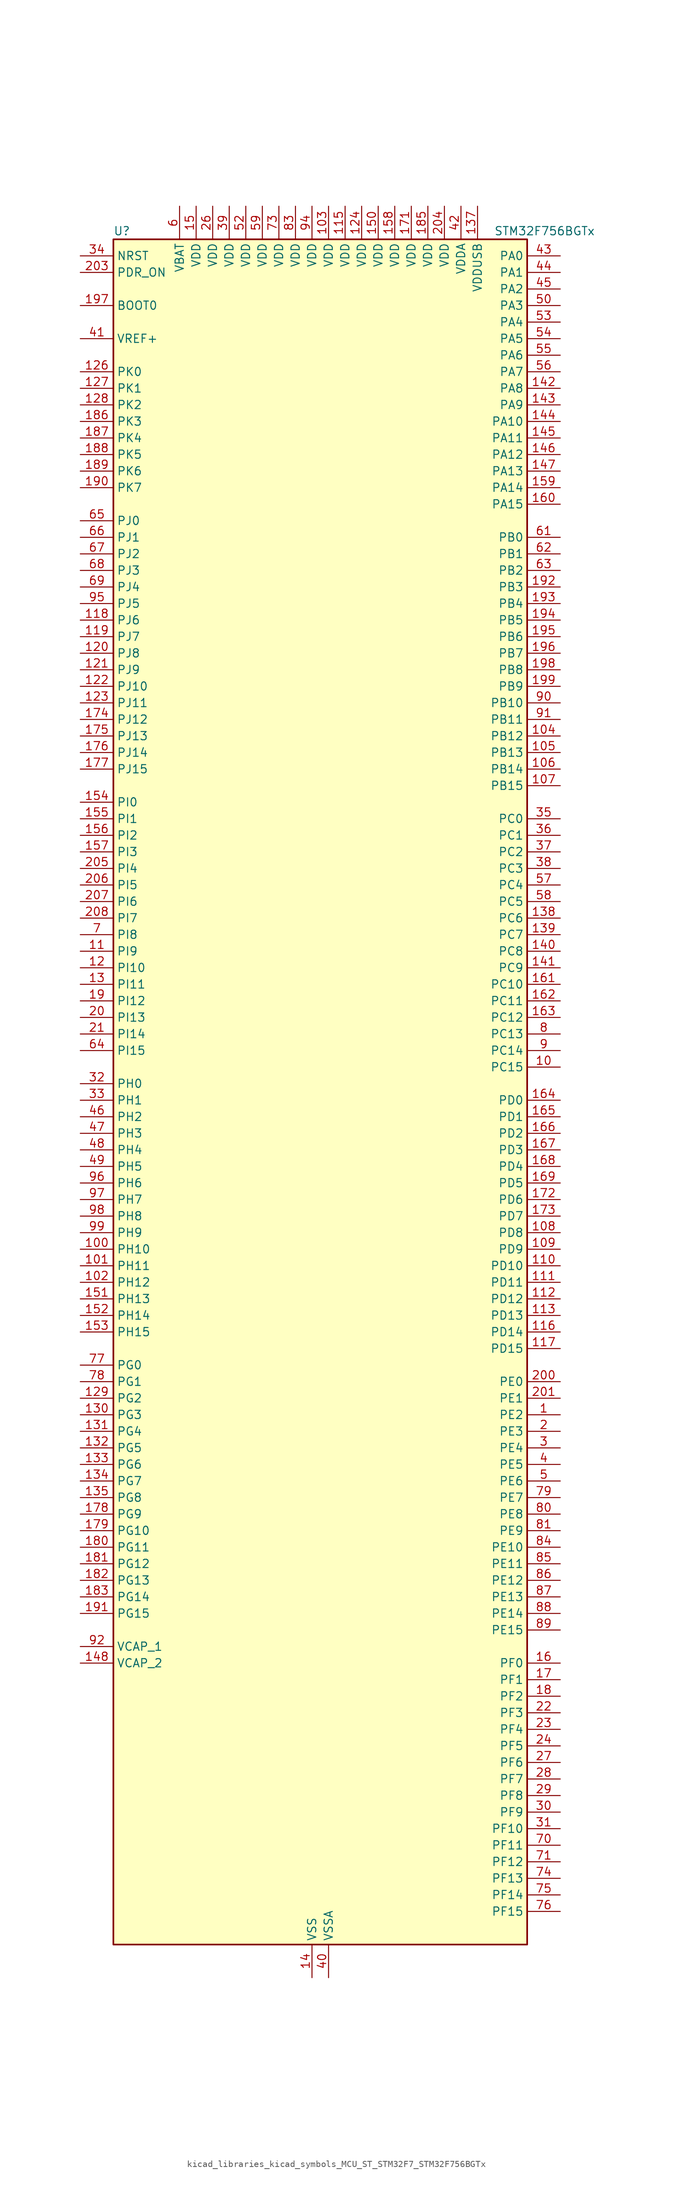
<source format=kicad_sym>
(kicad_symbol_lib
  (version 20220914)
  (generator kicad_symbol_editor)
  (symbol "kicad_libraries_kicad_symbols_MCU_ST_STM32F7_STM32F756BGTx"
    (property "Reference" "U"
      (at -30.48 133.35 0)
      (effects (font (size 1.27 1.27)) (justify left)))
    (property "Value" "STM32F756BGTx"
      (at 27.94 133.35 0)
      (effects (font (size 1.27 1.27)) (justify left)))
    (property "ki_locked" ""
      (at 0 0 0)
      (effects (font (size 1.27 1.27))))
    (symbol "kicad_libraries_kicad_symbols_MCU_ST_STM32F7_STM32F756BGTx_0_1"
      (rectangle (start -30.48 -129.54) (end 33.02 132.08) (stroke (width 0.254) (type default)) (fill (type background))))
    (symbol "kicad_libraries_kicad_symbols_MCU_ST_STM32F7_STM32F756BGTx_1_1"
      (pin bidirectional line (at 38.1 -48.26 180) (length 5.08) (name "PE2" (effects (font (size 1.27 1.27)))) (number "1" (effects (font (size 1.27 1.27)))) (alternate "ETH_TXD3" bidirectional line) (alternate "FMC_A23" bidirectional line) (alternate "QUADSPI_BK1_IO2" bidirectional line) (alternate "SAI1_MCLK_A" bidirectional line) (alternate "SPI4_SCK" bidirectional line) (alternate "SYS_TRACECLK" bidirectional line))
      (pin bidirectional line (at 38.1 5.08 180) (length 5.08) (name "PC15" (effects (font (size 1.27 1.27)))) (number "10" (effects (font (size 1.27 1.27)))) (alternate "RCC_OSC32_OUT" bidirectional line))
      (pin bidirectional line (at -35.56 -22.86 0) (length 5.08) (name "PH10" (effects (font (size 1.27 1.27)))) (number "100" (effects (font (size 1.27 1.27)))) (alternate "DCMI_D1" bidirectional line) (alternate "FMC_D18" bidirectional line) (alternate "I2C4_SMBA" bidirectional line) (alternate "LTDC_R4" bidirectional line) (alternate "TIM5_CH1" bidirectional line))
      (pin bidirectional line (at -35.56 -25.4 0) (length 5.08) (name "PH11" (effects (font (size 1.27 1.27)))) (number "101" (effects (font (size 1.27 1.27)))) (alternate "ADC1_EXTI11" bidirectional line) (alternate "ADC2_EXTI11" bidirectional line) (alternate "ADC3_EXTI11" bidirectional line) (alternate "DCMI_D2" bidirectional line) (alternate "FMC_D19" bidirectional line) (alternate "I2C4_SCL" bidirectional line) (alternate "LTDC_R5" bidirectional line) (alternate "TIM5_CH2" bidirectional line))
      (pin bidirectional line (at -35.56 -27.94 0) (length 5.08) (name "PH12" (effects (font (size 1.27 1.27)))) (number "102" (effects (font (size 1.27 1.27)))) (alternate "DCMI_D3" bidirectional line) (alternate "FMC_D20" bidirectional line) (alternate "I2C4_SDA" bidirectional line) (alternate "LTDC_R6" bidirectional line) (alternate "TIM5_CH3" bidirectional line))
      (pin power_in line (at 2.54 137.16 270) (length 5.08) (name "VDD" (effects (font (size 1.27 1.27)))) (number "103" (effects (font (size 1.27 1.27)))))
      (pin bidirectional line (at 38.1 55.88 180) (length 5.08) (name "PB12" (effects (font (size 1.27 1.27)))) (number "104" (effects (font (size 1.27 1.27)))) (alternate "CAN2_RX" bidirectional line) (alternate "ETH_TXD0" bidirectional line) (alternate "I2C2_SMBA" bidirectional line) (alternate "I2S2_WS" bidirectional line) (alternate "SPI2_NSS" bidirectional line) (alternate "TIM1_BKIN" bidirectional line) (alternate "USART3_CK" bidirectional line) (alternate "USB_OTG_HS_ID" bidirectional line) (alternate "USB_OTG_HS_ULPI_D5" bidirectional line))
      (pin bidirectional line (at 38.1 53.34 180) (length 5.08) (name "PB13" (effects (font (size 1.27 1.27)))) (number "105" (effects (font (size 1.27 1.27)))) (alternate "CAN2_TX" bidirectional line) (alternate "ETH_TXD1" bidirectional line) (alternate "I2S2_CK" bidirectional line) (alternate "SPI2_SCK" bidirectional line) (alternate "TIM1_CH1N" bidirectional line) (alternate "USART3_CTS" bidirectional line) (alternate "USB_OTG_HS_ULPI_D6" bidirectional line) (alternate "USB_OTG_HS_VBUS" bidirectional line))
      (pin bidirectional line (at 38.1 50.8 180) (length 5.08) (name "PB14" (effects (font (size 1.27 1.27)))) (number "106" (effects (font (size 1.27 1.27)))) (alternate "SPI2_MISO" bidirectional line) (alternate "TIM12_CH1" bidirectional line) (alternate "TIM1_CH2N" bidirectional line) (alternate "TIM8_CH2N" bidirectional line) (alternate "USART3_DE" bidirectional line) (alternate "USART3_RTS" bidirectional line) (alternate "USB_OTG_HS_DM" bidirectional line))
      (pin bidirectional line (at 38.1 48.26 180) (length 5.08) (name "PB15" (effects (font (size 1.27 1.27)))) (number "107" (effects (font (size 1.27 1.27)))) (alternate "I2S2_SD" bidirectional line) (alternate "RTC_REFIN" bidirectional line) (alternate "SPI2_MOSI" bidirectional line) (alternate "TIM12_CH2" bidirectional line) (alternate "TIM1_CH3N" bidirectional line) (alternate "TIM8_CH3N" bidirectional line) (alternate "USB_OTG_HS_DP" bidirectional line))
      (pin bidirectional line (at 38.1 -20.32 180) (length 5.08) (name "PD8" (effects (font (size 1.27 1.27)))) (number "108" (effects (font (size 1.27 1.27)))) (alternate "FMC_D13" bidirectional line) (alternate "FMC_DA13" bidirectional line) (alternate "SPDIFRX_IN1" bidirectional line) (alternate "USART3_TX" bidirectional line))
      (pin bidirectional line (at 38.1 -22.86 180) (length 5.08) (name "PD9" (effects (font (size 1.27 1.27)))) (number "109" (effects (font (size 1.27 1.27)))) (alternate "DAC_EXTI9" bidirectional line) (alternate "FMC_D14" bidirectional line) (alternate "FMC_DA14" bidirectional line) (alternate "USART3_RX" bidirectional line))
      (pin bidirectional line (at -35.56 22.86 0) (length 5.08) (name "PI9" (effects (font (size 1.27 1.27)))) (number "11" (effects (font (size 1.27 1.27)))) (alternate "CAN1_RX" bidirectional line) (alternate "DAC_EXTI9" bidirectional line) (alternate "FMC_D30" bidirectional line) (alternate "LTDC_VSYNC" bidirectional line))
      (pin bidirectional line (at 38.1 -25.4 180) (length 5.08) (name "PD10" (effects (font (size 1.27 1.27)))) (number "110" (effects (font (size 1.27 1.27)))) (alternate "FMC_D15" bidirectional line) (alternate "FMC_DA15" bidirectional line) (alternate "LTDC_B3" bidirectional line) (alternate "USART3_CK" bidirectional line))
      (pin bidirectional line (at 38.1 -27.94 180) (length 5.08) (name "PD11" (effects (font (size 1.27 1.27)))) (number "111" (effects (font (size 1.27 1.27)))) (alternate "ADC1_EXTI11" bidirectional line) (alternate "ADC2_EXTI11" bidirectional line) (alternate "ADC3_EXTI11" bidirectional line) (alternate "FMC_A16" bidirectional line) (alternate "FMC_CLE" bidirectional line) (alternate "I2C4_SMBA" bidirectional line) (alternate "QUADSPI_BK1_IO0" bidirectional line) (alternate "SAI2_SD_A" bidirectional line) (alternate "USART3_CTS" bidirectional line))
      (pin bidirectional line (at 38.1 -30.48 180) (length 5.08) (name "PD12" (effects (font (size 1.27 1.27)))) (number "112" (effects (font (size 1.27 1.27)))) (alternate "FMC_A17" bidirectional line) (alternate "FMC_ALE" bidirectional line) (alternate "I2C4_SCL" bidirectional line) (alternate "LPTIM1_IN1" bidirectional line) (alternate "QUADSPI_BK1_IO1" bidirectional line) (alternate "SAI2_FS_A" bidirectional line) (alternate "TIM4_CH1" bidirectional line) (alternate "USART3_DE" bidirectional line) (alternate "USART3_RTS" bidirectional line))
      (pin bidirectional line (at 38.1 -33.02 180) (length 5.08) (name "PD13" (effects (font (size 1.27 1.27)))) (number "113" (effects (font (size 1.27 1.27)))) (alternate "FMC_A18" bidirectional line) (alternate "I2C4_SDA" bidirectional line) (alternate "LPTIM1_OUT" bidirectional line) (alternate "QUADSPI_BK1_IO3" bidirectional line) (alternate "SAI2_SCK_A" bidirectional line) (alternate "TIM4_CH2" bidirectional line))
      (pin passive line (at 0 -134.62 90) (length 5.08) hide (name "VSS" (effects (font (size 1.27 1.27)))) (number "114" (effects (font (size 1.27 1.27)))))
      (pin power_in line (at 5.08 137.16 270) (length 5.08) (name "VDD" (effects (font (size 1.27 1.27)))) (number "115" (effects (font (size 1.27 1.27)))))
      (pin bidirectional line (at 38.1 -35.56 180) (length 5.08) (name "PD14" (effects (font (size 1.27 1.27)))) (number "116" (effects (font (size 1.27 1.27)))) (alternate "FMC_D0" bidirectional line) (alternate "FMC_DA0" bidirectional line) (alternate "TIM4_CH3" bidirectional line) (alternate "UART8_CTS" bidirectional line))
      (pin bidirectional line (at 38.1 -38.1 180) (length 5.08) (name "PD15" (effects (font (size 1.27 1.27)))) (number "117" (effects (font (size 1.27 1.27)))) (alternate "FMC_D1" bidirectional line) (alternate "FMC_DA1" bidirectional line) (alternate "TIM4_CH4" bidirectional line) (alternate "UART8_DE" bidirectional line) (alternate "UART8_RTS" bidirectional line))
      (pin bidirectional line (at -35.56 73.66 0) (length 5.08) (name "PJ6" (effects (font (size 1.27 1.27)))) (number "118" (effects (font (size 1.27 1.27)))) (alternate "LTDC_R7" bidirectional line))
      (pin bidirectional line (at -35.56 71.12 0) (length 5.08) (name "PJ7" (effects (font (size 1.27 1.27)))) (number "119" (effects (font (size 1.27 1.27)))) (alternate "LTDC_G0" bidirectional line))
      (pin bidirectional line (at -35.56 20.32 0) (length 5.08) (name "PI10" (effects (font (size 1.27 1.27)))) (number "12" (effects (font (size 1.27 1.27)))) (alternate "ETH_RX_ER" bidirectional line) (alternate "FMC_D31" bidirectional line) (alternate "LTDC_HSYNC" bidirectional line))
      (pin bidirectional line (at -35.56 68.58 0) (length 5.08) (name "PJ8" (effects (font (size 1.27 1.27)))) (number "120" (effects (font (size 1.27 1.27)))) (alternate "LTDC_G1" bidirectional line))
      (pin bidirectional line (at -35.56 66.04 0) (length 5.08) (name "PJ9" (effects (font (size 1.27 1.27)))) (number "121" (effects (font (size 1.27 1.27)))) (alternate "DAC_EXTI9" bidirectional line) (alternate "LTDC_G2" bidirectional line))
      (pin bidirectional line (at -35.56 63.5 0) (length 5.08) (name "PJ10" (effects (font (size 1.27 1.27)))) (number "122" (effects (font (size 1.27 1.27)))) (alternate "LTDC_G3" bidirectional line))
      (pin bidirectional line (at -35.56 60.96 0) (length 5.08) (name "PJ11" (effects (font (size 1.27 1.27)))) (number "123" (effects (font (size 1.27 1.27)))) (alternate "ADC1_EXTI11" bidirectional line) (alternate "ADC2_EXTI11" bidirectional line) (alternate "ADC3_EXTI11" bidirectional line) (alternate "LTDC_G4" bidirectional line))
      (pin power_in line (at 7.62 137.16 270) (length 5.08) (name "VDD" (effects (font (size 1.27 1.27)))) (number "124" (effects (font (size 1.27 1.27)))))
      (pin passive line (at 0 -134.62 90) (length 5.08) hide (name "VSS" (effects (font (size 1.27 1.27)))) (number "125" (effects (font (size 1.27 1.27)))))
      (pin bidirectional line (at -35.56 111.76 0) (length 5.08) (name "PK0" (effects (font (size 1.27 1.27)))) (number "126" (effects (font (size 1.27 1.27)))) (alternate "LTDC_G5" bidirectional line))
      (pin bidirectional line (at -35.56 109.22 0) (length 5.08) (name "PK1" (effects (font (size 1.27 1.27)))) (number "127" (effects (font (size 1.27 1.27)))) (alternate "LTDC_G6" bidirectional line))
      (pin bidirectional line (at -35.56 106.68 0) (length 5.08) (name "PK2" (effects (font (size 1.27 1.27)))) (number "128" (effects (font (size 1.27 1.27)))) (alternate "LTDC_G7" bidirectional line))
      (pin bidirectional line (at -35.56 -45.72 0) (length 5.08) (name "PG2" (effects (font (size 1.27 1.27)))) (number "129" (effects (font (size 1.27 1.27)))) (alternate "FMC_A12" bidirectional line))
      (pin bidirectional line (at -35.56 17.78 0) (length 5.08) (name "PI11" (effects (font (size 1.27 1.27)))) (number "13" (effects (font (size 1.27 1.27)))) (alternate "ADC1_EXTI11" bidirectional line) (alternate "ADC2_EXTI11" bidirectional line) (alternate "ADC3_EXTI11" bidirectional line) (alternate "SYS_WKUP6" bidirectional line) (alternate "USB_OTG_HS_ULPI_DIR" bidirectional line))
      (pin bidirectional line (at -35.56 -48.26 0) (length 5.08) (name "PG3" (effects (font (size 1.27 1.27)))) (number "130" (effects (font (size 1.27 1.27)))) (alternate "FMC_A13" bidirectional line))
      (pin bidirectional line (at -35.56 -50.8 0) (length 5.08) (name "PG4" (effects (font (size 1.27 1.27)))) (number "131" (effects (font (size 1.27 1.27)))) (alternate "FMC_A14" bidirectional line) (alternate "FMC_BA0" bidirectional line))
      (pin bidirectional line (at -35.56 -53.34 0) (length 5.08) (name "PG5" (effects (font (size 1.27 1.27)))) (number "132" (effects (font (size 1.27 1.27)))) (alternate "FMC_A15" bidirectional line) (alternate "FMC_BA1" bidirectional line))
      (pin bidirectional line (at -35.56 -55.88 0) (length 5.08) (name "PG6" (effects (font (size 1.27 1.27)))) (number "133" (effects (font (size 1.27 1.27)))) (alternate "DCMI_D12" bidirectional line) (alternate "LTDC_R7" bidirectional line))
      (pin bidirectional line (at -35.56 -58.42 0) (length 5.08) (name "PG7" (effects (font (size 1.27 1.27)))) (number "134" (effects (font (size 1.27 1.27)))) (alternate "DCMI_D13" bidirectional line) (alternate "FMC_INT" bidirectional line) (alternate "LTDC_CLK" bidirectional line) (alternate "USART6_CK" bidirectional line))
      (pin bidirectional line (at -35.56 -60.96 0) (length 5.08) (name "PG8" (effects (font (size 1.27 1.27)))) (number "135" (effects (font (size 1.27 1.27)))) (alternate "ETH_PPS_OUT" bidirectional line) (alternate "FMC_SDCLK" bidirectional line) (alternate "SPDIFRX_IN2" bidirectional line) (alternate "SPI6_NSS" bidirectional line) (alternate "USART6_DE" bidirectional line) (alternate "USART6_RTS" bidirectional line))
      (pin passive line (at 0 -134.62 90) (length 5.08) hide (name "VSS" (effects (font (size 1.27 1.27)))) (number "136" (effects (font (size 1.27 1.27)))))
      (pin power_in line (at 25.4 137.16 270) (length 5.08) (name "VDDUSB" (effects (font (size 1.27 1.27)))) (number "137" (effects (font (size 1.27 1.27)))))
      (pin bidirectional line (at 38.1 27.94 180) (length 5.08) (name "PC6" (effects (font (size 1.27 1.27)))) (number "138" (effects (font (size 1.27 1.27)))) (alternate "DCMI_D0" bidirectional line) (alternate "I2S2_MCK" bidirectional line) (alternate "LTDC_HSYNC" bidirectional line) (alternate "SDMMC1_D6" bidirectional line) (alternate "TIM3_CH1" bidirectional line) (alternate "TIM8_CH1" bidirectional line) (alternate "USART6_TX" bidirectional line))
      (pin bidirectional line (at 38.1 25.4 180) (length 5.08) (name "PC7" (effects (font (size 1.27 1.27)))) (number "139" (effects (font (size 1.27 1.27)))) (alternate "DCMI_D1" bidirectional line) (alternate "I2S3_MCK" bidirectional line) (alternate "LTDC_G6" bidirectional line) (alternate "SDMMC1_D7" bidirectional line) (alternate "TIM3_CH2" bidirectional line) (alternate "TIM8_CH2" bidirectional line) (alternate "USART6_RX" bidirectional line))
      (pin power_in line (at 0 -134.62 90) (length 5.08) (name "VSS" (effects (font (size 1.27 1.27)))) (number "14" (effects (font (size 1.27 1.27)))))
      (pin bidirectional line (at 38.1 22.86 180) (length 5.08) (name "PC8" (effects (font (size 1.27 1.27)))) (number "140" (effects (font (size 1.27 1.27)))) (alternate "DCMI_D2" bidirectional line) (alternate "SDMMC1_D0" bidirectional line) (alternate "SYS_TRACED1" bidirectional line) (alternate "TIM3_CH3" bidirectional line) (alternate "TIM8_CH3" bidirectional line) (alternate "UART5_DE" bidirectional line) (alternate "UART5_RTS" bidirectional line) (alternate "USART6_CK" bidirectional line))
      (pin bidirectional line (at 38.1 20.32 180) (length 5.08) (name "PC9" (effects (font (size 1.27 1.27)))) (number "141" (effects (font (size 1.27 1.27)))) (alternate "DAC_EXTI9" bidirectional line) (alternate "DCMI_D3" bidirectional line) (alternate "I2C3_SDA" bidirectional line) (alternate "I2S_CKIN" bidirectional line) (alternate "QUADSPI_BK1_IO0" bidirectional line) (alternate "RCC_MCO_2" bidirectional line) (alternate "SDMMC1_D1" bidirectional line) (alternate "TIM3_CH4" bidirectional line) (alternate "TIM8_CH4" bidirectional line) (alternate "UART5_CTS" bidirectional line))
      (pin bidirectional line (at 38.1 109.22 180) (length 5.08) (name "PA8" (effects (font (size 1.27 1.27)))) (number "142" (effects (font (size 1.27 1.27)))) (alternate "I2C3_SCL" bidirectional line) (alternate "LTDC_R6" bidirectional line) (alternate "RCC_MCO_1" bidirectional line) (alternate "TIM1_CH1" bidirectional line) (alternate "TIM8_BKIN2" bidirectional line) (alternate "USART1_CK" bidirectional line) (alternate "USB_OTG_FS_SOF" bidirectional line))
      (pin bidirectional line (at 38.1 106.68 180) (length 5.08) (name "PA9" (effects (font (size 1.27 1.27)))) (number "143" (effects (font (size 1.27 1.27)))) (alternate "DAC_EXTI9" bidirectional line) (alternate "DCMI_D0" bidirectional line) (alternate "I2C3_SMBA" bidirectional line) (alternate "I2S2_CK" bidirectional line) (alternate "SPI2_SCK" bidirectional line) (alternate "TIM1_CH2" bidirectional line) (alternate "USART1_TX" bidirectional line) (alternate "USB_OTG_FS_VBUS" bidirectional line))
      (pin bidirectional line (at 38.1 104.14 180) (length 5.08) (name "PA10" (effects (font (size 1.27 1.27)))) (number "144" (effects (font (size 1.27 1.27)))) (alternate "DCMI_D1" bidirectional line) (alternate "TIM1_CH3" bidirectional line) (alternate "USART1_RX" bidirectional line) (alternate "USB_OTG_FS_ID" bidirectional line))
      (pin bidirectional line (at 38.1 101.6 180) (length 5.08) (name "PA11" (effects (font (size 1.27 1.27)))) (number "145" (effects (font (size 1.27 1.27)))) (alternate "ADC1_EXTI11" bidirectional line) (alternate "ADC2_EXTI11" bidirectional line) (alternate "ADC3_EXTI11" bidirectional line) (alternate "CAN1_RX" bidirectional line) (alternate "LTDC_R4" bidirectional line) (alternate "TIM1_CH4" bidirectional line) (alternate "USART1_CTS" bidirectional line) (alternate "USB_OTG_FS_DM" bidirectional line))
      (pin bidirectional line (at 38.1 99.06 180) (length 5.08) (name "PA12" (effects (font (size 1.27 1.27)))) (number "146" (effects (font (size 1.27 1.27)))) (alternate "CAN1_TX" bidirectional line) (alternate "LTDC_R5" bidirectional line) (alternate "SAI2_FS_B" bidirectional line) (alternate "TIM1_ETR" bidirectional line) (alternate "USART1_DE" bidirectional line) (alternate "USART1_RTS" bidirectional line) (alternate "USB_OTG_FS_DP" bidirectional line))
      (pin bidirectional line (at 38.1 96.52 180) (length 5.08) (name "PA13" (effects (font (size 1.27 1.27)))) (number "147" (effects (font (size 1.27 1.27)))) (alternate "SYS_JTMS-SWDIO" bidirectional line))
      (pin power_out line (at -35.56 -86.36 0) (length 5.08) (name "VCAP_2" (effects (font (size 1.27 1.27)))) (number "148" (effects (font (size 1.27 1.27)))))
      (pin passive line (at 0 -134.62 90) (length 5.08) hide (name "VSS" (effects (font (size 1.27 1.27)))) (number "149" (effects (font (size 1.27 1.27)))))
      (pin power_in line (at -17.78 137.16 270) (length 5.08) (name "VDD" (effects (font (size 1.27 1.27)))) (number "15" (effects (font (size 1.27 1.27)))))
      (pin power_in line (at 10.16 137.16 270) (length 5.08) (name "VDD" (effects (font (size 1.27 1.27)))) (number "150" (effects (font (size 1.27 1.27)))))
      (pin bidirectional line (at -35.56 -30.48 0) (length 5.08) (name "PH13" (effects (font (size 1.27 1.27)))) (number "151" (effects (font (size 1.27 1.27)))) (alternate "CAN1_TX" bidirectional line) (alternate "FMC_D21" bidirectional line) (alternate "LTDC_G2" bidirectional line) (alternate "TIM8_CH1N" bidirectional line))
      (pin bidirectional line (at -35.56 -33.02 0) (length 5.08) (name "PH14" (effects (font (size 1.27 1.27)))) (number "152" (effects (font (size 1.27 1.27)))) (alternate "DCMI_D4" bidirectional line) (alternate "FMC_D22" bidirectional line) (alternate "LTDC_G3" bidirectional line) (alternate "TIM8_CH2N" bidirectional line))
      (pin bidirectional line (at -35.56 -35.56 0) (length 5.08) (name "PH15" (effects (font (size 1.27 1.27)))) (number "153" (effects (font (size 1.27 1.27)))) (alternate "DCMI_D11" bidirectional line) (alternate "FMC_D23" bidirectional line) (alternate "LTDC_G4" bidirectional line) (alternate "TIM8_CH3N" bidirectional line))
      (pin bidirectional line (at -35.56 45.72 0) (length 5.08) (name "PI0" (effects (font (size 1.27 1.27)))) (number "154" (effects (font (size 1.27 1.27)))) (alternate "DCMI_D13" bidirectional line) (alternate "FMC_D24" bidirectional line) (alternate "I2S2_WS" bidirectional line) (alternate "LTDC_G5" bidirectional line) (alternate "SPI2_NSS" bidirectional line) (alternate "TIM5_CH4" bidirectional line))
      (pin bidirectional line (at -35.56 43.18 0) (length 5.08) (name "PI1" (effects (font (size 1.27 1.27)))) (number "155" (effects (font (size 1.27 1.27)))) (alternate "DCMI_D8" bidirectional line) (alternate "FMC_D25" bidirectional line) (alternate "I2S2_CK" bidirectional line) (alternate "LTDC_G6" bidirectional line) (alternate "SPI2_SCK" bidirectional line) (alternate "TIM8_BKIN2" bidirectional line))
      (pin bidirectional line (at -35.56 40.64 0) (length 5.08) (name "PI2" (effects (font (size 1.27 1.27)))) (number "156" (effects (font (size 1.27 1.27)))) (alternate "DCMI_D9" bidirectional line) (alternate "FMC_D26" bidirectional line) (alternate "LTDC_G7" bidirectional line) (alternate "SPI2_MISO" bidirectional line) (alternate "TIM8_CH4" bidirectional line))
      (pin bidirectional line (at -35.56 38.1 0) (length 5.08) (name "PI3" (effects (font (size 1.27 1.27)))) (number "157" (effects (font (size 1.27 1.27)))) (alternate "DCMI_D10" bidirectional line) (alternate "FMC_D27" bidirectional line) (alternate "I2S2_SD" bidirectional line) (alternate "SPI2_MOSI" bidirectional line) (alternate "TIM8_ETR" bidirectional line))
      (pin power_in line (at 12.7 137.16 270) (length 5.08) (name "VDD" (effects (font (size 1.27 1.27)))) (number "158" (effects (font (size 1.27 1.27)))))
      (pin bidirectional line (at 38.1 93.98 180) (length 5.08) (name "PA14" (effects (font (size 1.27 1.27)))) (number "159" (effects (font (size 1.27 1.27)))) (alternate "SYS_JTCK-SWCLK" bidirectional line))
      (pin bidirectional line (at 38.1 -86.36 180) (length 5.08) (name "PF0" (effects (font (size 1.27 1.27)))) (number "16" (effects (font (size 1.27 1.27)))) (alternate "FMC_A0" bidirectional line) (alternate "I2C2_SDA" bidirectional line))
      (pin bidirectional line (at 38.1 91.44 180) (length 5.08) (name "PA15" (effects (font (size 1.27 1.27)))) (number "160" (effects (font (size 1.27 1.27)))) (alternate "CEC" bidirectional line) (alternate "I2S1_WS" bidirectional line) (alternate "I2S3_WS" bidirectional line) (alternate "SPI1_NSS" bidirectional line) (alternate "SPI3_NSS" bidirectional line) (alternate "SYS_JTDI" bidirectional line) (alternate "TIM2_CH1" bidirectional line) (alternate "TIM2_ETR" bidirectional line) (alternate "UART4_DE" bidirectional line) (alternate "UART4_RTS" bidirectional line))
      (pin bidirectional line (at 38.1 17.78 180) (length 5.08) (name "PC10" (effects (font (size 1.27 1.27)))) (number "161" (effects (font (size 1.27 1.27)))) (alternate "DCMI_D8" bidirectional line) (alternate "I2S3_CK" bidirectional line) (alternate "LTDC_R2" bidirectional line) (alternate "QUADSPI_BK1_IO1" bidirectional line) (alternate "SDMMC1_D2" bidirectional line) (alternate "SPI3_SCK" bidirectional line) (alternate "UART4_TX" bidirectional line) (alternate "USART3_TX" bidirectional line))
      (pin bidirectional line (at 38.1 15.24 180) (length 5.08) (name "PC11" (effects (font (size 1.27 1.27)))) (number "162" (effects (font (size 1.27 1.27)))) (alternate "ADC1_EXTI11" bidirectional line) (alternate "ADC2_EXTI11" bidirectional line) (alternate "ADC3_EXTI11" bidirectional line) (alternate "DCMI_D4" bidirectional line) (alternate "QUADSPI_BK2_NCS" bidirectional line) (alternate "SDMMC1_D3" bidirectional line) (alternate "SPI3_MISO" bidirectional line) (alternate "UART4_RX" bidirectional line) (alternate "USART3_RX" bidirectional line))
      (pin bidirectional line (at 38.1 12.7 180) (length 5.08) (name "PC12" (effects (font (size 1.27 1.27)))) (number "163" (effects (font (size 1.27 1.27)))) (alternate "DCMI_D9" bidirectional line) (alternate "I2S3_SD" bidirectional line) (alternate "SDMMC1_CK" bidirectional line) (alternate "SPI3_MOSI" bidirectional line) (alternate "SYS_TRACED3" bidirectional line) (alternate "UART5_TX" bidirectional line) (alternate "USART3_CK" bidirectional line))
      (pin bidirectional line (at 38.1 0 180) (length 5.08) (name "PD0" (effects (font (size 1.27 1.27)))) (number "164" (effects (font (size 1.27 1.27)))) (alternate "CAN1_RX" bidirectional line) (alternate "FMC_D2" bidirectional line) (alternate "FMC_DA2" bidirectional line))
      (pin bidirectional line (at 38.1 -2.54 180) (length 5.08) (name "PD1" (effects (font (size 1.27 1.27)))) (number "165" (effects (font (size 1.27 1.27)))) (alternate "CAN1_TX" bidirectional line) (alternate "FMC_D3" bidirectional line) (alternate "FMC_DA3" bidirectional line))
      (pin bidirectional line (at 38.1 -5.08 180) (length 5.08) (name "PD2" (effects (font (size 1.27 1.27)))) (number "166" (effects (font (size 1.27 1.27)))) (alternate "DCMI_D11" bidirectional line) (alternate "SDMMC1_CMD" bidirectional line) (alternate "SYS_TRACED2" bidirectional line) (alternate "TIM3_ETR" bidirectional line) (alternate "UART5_RX" bidirectional line))
      (pin bidirectional line (at 38.1 -7.62 180) (length 5.08) (name "PD3" (effects (font (size 1.27 1.27)))) (number "167" (effects (font (size 1.27 1.27)))) (alternate "DCMI_D5" bidirectional line) (alternate "FMC_CLK" bidirectional line) (alternate "I2S2_CK" bidirectional line) (alternate "LTDC_G7" bidirectional line) (alternate "SPI2_SCK" bidirectional line) (alternate "USART2_CTS" bidirectional line))
      (pin bidirectional line (at 38.1 -10.16 180) (length 5.08) (name "PD4" (effects (font (size 1.27 1.27)))) (number "168" (effects (font (size 1.27 1.27)))) (alternate "FMC_NOE" bidirectional line) (alternate "USART2_DE" bidirectional line) (alternate "USART2_RTS" bidirectional line))
      (pin bidirectional line (at 38.1 -12.7 180) (length 5.08) (name "PD5" (effects (font (size 1.27 1.27)))) (number "169" (effects (font (size 1.27 1.27)))) (alternate "FMC_NWE" bidirectional line) (alternate "USART2_TX" bidirectional line))
      (pin bidirectional line (at 38.1 -88.9 180) (length 5.08) (name "PF1" (effects (font (size 1.27 1.27)))) (number "17" (effects (font (size 1.27 1.27)))) (alternate "FMC_A1" bidirectional line) (alternate "I2C2_SCL" bidirectional line))
      (pin passive line (at 0 -134.62 90) (length 5.08) hide (name "VSS" (effects (font (size 1.27 1.27)))) (number "170" (effects (font (size 1.27 1.27)))))
      (pin power_in line (at 15.24 137.16 270) (length 5.08) (name "VDD" (effects (font (size 1.27 1.27)))) (number "171" (effects (font (size 1.27 1.27)))))
      (pin bidirectional line (at 38.1 -15.24 180) (length 5.08) (name "PD6" (effects (font (size 1.27 1.27)))) (number "172" (effects (font (size 1.27 1.27)))) (alternate "DCMI_D10" bidirectional line) (alternate "FMC_NWAIT" bidirectional line) (alternate "I2S3_SD" bidirectional line) (alternate "LTDC_B2" bidirectional line) (alternate "SAI1_SD_A" bidirectional line) (alternate "SPI3_MOSI" bidirectional line) (alternate "USART2_RX" bidirectional line))
      (pin bidirectional line (at 38.1 -17.78 180) (length 5.08) (name "PD7" (effects (font (size 1.27 1.27)))) (number "173" (effects (font (size 1.27 1.27)))) (alternate "FMC_NE1" bidirectional line) (alternate "SPDIFRX_IN0" bidirectional line) (alternate "USART2_CK" bidirectional line))
      (pin bidirectional line (at -35.56 58.42 0) (length 5.08) (name "PJ12" (effects (font (size 1.27 1.27)))) (number "174" (effects (font (size 1.27 1.27)))) (alternate "LTDC_B0" bidirectional line))
      (pin bidirectional line (at -35.56 55.88 0) (length 5.08) (name "PJ13" (effects (font (size 1.27 1.27)))) (number "175" (effects (font (size 1.27 1.27)))) (alternate "LTDC_B1" bidirectional line))
      (pin bidirectional line (at -35.56 53.34 0) (length 5.08) (name "PJ14" (effects (font (size 1.27 1.27)))) (number "176" (effects (font (size 1.27 1.27)))) (alternate "LTDC_B2" bidirectional line))
      (pin bidirectional line (at -35.56 50.8 0) (length 5.08) (name "PJ15" (effects (font (size 1.27 1.27)))) (number "177" (effects (font (size 1.27 1.27)))) (alternate "LTDC_B3" bidirectional line))
      (pin bidirectional line (at -35.56 -63.5 0) (length 5.08) (name "PG9" (effects (font (size 1.27 1.27)))) (number "178" (effects (font (size 1.27 1.27)))) (alternate "DAC_EXTI9" bidirectional line) (alternate "DCMI_VSYNC" bidirectional line) (alternate "FMC_NCE" bidirectional line) (alternate "FMC_NE2" bidirectional line) (alternate "QUADSPI_BK2_IO2" bidirectional line) (alternate "SAI2_FS_B" bidirectional line) (alternate "SPDIFRX_IN3" bidirectional line) (alternate "USART6_RX" bidirectional line))
      (pin bidirectional line (at -35.56 -66.04 0) (length 5.08) (name "PG10" (effects (font (size 1.27 1.27)))) (number "179" (effects (font (size 1.27 1.27)))) (alternate "DCMI_D2" bidirectional line) (alternate "FMC_NE3" bidirectional line) (alternate "LTDC_B2" bidirectional line) (alternate "LTDC_G3" bidirectional line) (alternate "SAI2_SD_B" bidirectional line))
      (pin bidirectional line (at 38.1 -91.44 180) (length 5.08) (name "PF2" (effects (font (size 1.27 1.27)))) (number "18" (effects (font (size 1.27 1.27)))) (alternate "FMC_A2" bidirectional line) (alternate "I2C2_SMBA" bidirectional line))
      (pin bidirectional line (at -35.56 -68.58 0) (length 5.08) (name "PG11" (effects (font (size 1.27 1.27)))) (number "180" (effects (font (size 1.27 1.27)))) (alternate "ADC1_EXTI11" bidirectional line) (alternate "ADC2_EXTI11" bidirectional line) (alternate "ADC3_EXTI11" bidirectional line) (alternate "DCMI_D3" bidirectional line) (alternate "ETH_TX_EN" bidirectional line) (alternate "LTDC_B3" bidirectional line) (alternate "SPDIFRX_IN0" bidirectional line))
      (pin bidirectional line (at -35.56 -71.12 0) (length 5.08) (name "PG12" (effects (font (size 1.27 1.27)))) (number "181" (effects (font (size 1.27 1.27)))) (alternate "FMC_NE4" bidirectional line) (alternate "LPTIM1_IN1" bidirectional line) (alternate "LTDC_B1" bidirectional line) (alternate "LTDC_B4" bidirectional line) (alternate "SPDIFRX_IN1" bidirectional line) (alternate "SPI6_MISO" bidirectional line) (alternate "USART6_DE" bidirectional line) (alternate "USART6_RTS" bidirectional line))
      (pin bidirectional line (at -35.56 -73.66 0) (length 5.08) (name "PG13" (effects (font (size 1.27 1.27)))) (number "182" (effects (font (size 1.27 1.27)))) (alternate "ETH_TXD0" bidirectional line) (alternate "FMC_A24" bidirectional line) (alternate "LPTIM1_OUT" bidirectional line) (alternate "LTDC_R0" bidirectional line) (alternate "SPI6_SCK" bidirectional line) (alternate "SYS_TRACED0" bidirectional line) (alternate "USART6_CTS" bidirectional line))
      (pin bidirectional line (at -35.56 -76.2 0) (length 5.08) (name "PG14" (effects (font (size 1.27 1.27)))) (number "183" (effects (font (size 1.27 1.27)))) (alternate "ETH_TXD1" bidirectional line) (alternate "FMC_A25" bidirectional line) (alternate "LPTIM1_ETR" bidirectional line) (alternate "LTDC_B0" bidirectional line) (alternate "QUADSPI_BK2_IO3" bidirectional line) (alternate "SPI6_MOSI" bidirectional line) (alternate "SYS_TRACED1" bidirectional line) (alternate "USART6_TX" bidirectional line))
      (pin passive line (at 0 -134.62 90) (length 5.08) hide (name "VSS" (effects (font (size 1.27 1.27)))) (number "184" (effects (font (size 1.27 1.27)))))
      (pin power_in line (at 17.78 137.16 270) (length 5.08) (name "VDD" (effects (font (size 1.27 1.27)))) (number "185" (effects (font (size 1.27 1.27)))))
      (pin bidirectional line (at -35.56 104.14 0) (length 5.08) (name "PK3" (effects (font (size 1.27 1.27)))) (number "186" (effects (font (size 1.27 1.27)))) (alternate "LTDC_B4" bidirectional line))
      (pin bidirectional line (at -35.56 101.6 0) (length 5.08) (name "PK4" (effects (font (size 1.27 1.27)))) (number "187" (effects (font (size 1.27 1.27)))) (alternate "LTDC_B5" bidirectional line))
      (pin bidirectional line (at -35.56 99.06 0) (length 5.08) (name "PK5" (effects (font (size 1.27 1.27)))) (number "188" (effects (font (size 1.27 1.27)))) (alternate "LTDC_B6" bidirectional line))
      (pin bidirectional line (at -35.56 96.52 0) (length 5.08) (name "PK6" (effects (font (size 1.27 1.27)))) (number "189" (effects (font (size 1.27 1.27)))) (alternate "LTDC_B7" bidirectional line))
      (pin bidirectional line (at -35.56 15.24 0) (length 5.08) (name "PI12" (effects (font (size 1.27 1.27)))) (number "19" (effects (font (size 1.27 1.27)))) (alternate "LTDC_HSYNC" bidirectional line))
      (pin bidirectional line (at -35.56 93.98 0) (length 5.08) (name "PK7" (effects (font (size 1.27 1.27)))) (number "190" (effects (font (size 1.27 1.27)))) (alternate "LTDC_DE" bidirectional line))
      (pin bidirectional line (at -35.56 -78.74 0) (length 5.08) (name "PG15" (effects (font (size 1.27 1.27)))) (number "191" (effects (font (size 1.27 1.27)))) (alternate "DCMI_D13" bidirectional line) (alternate "FMC_SDNCAS" bidirectional line) (alternate "USART6_CTS" bidirectional line))
      (pin bidirectional line (at 38.1 78.74 180) (length 5.08) (name "PB3" (effects (font (size 1.27 1.27)))) (number "192" (effects (font (size 1.27 1.27)))) (alternate "I2S1_CK" bidirectional line) (alternate "I2S3_CK" bidirectional line) (alternate "SPI1_SCK" bidirectional line) (alternate "SPI3_SCK" bidirectional line) (alternate "SYS_JTDO-SWO" bidirectional line) (alternate "TIM2_CH2" bidirectional line))
      (pin bidirectional line (at 38.1 76.2 180) (length 5.08) (name "PB4" (effects (font (size 1.27 1.27)))) (number "193" (effects (font (size 1.27 1.27)))) (alternate "I2S2_WS" bidirectional line) (alternate "SPI1_MISO" bidirectional line) (alternate "SPI2_NSS" bidirectional line) (alternate "SPI3_MISO" bidirectional line) (alternate "SYS_JTRST" bidirectional line) (alternate "TIM3_CH1" bidirectional line))
      (pin bidirectional line (at 38.1 73.66 180) (length 5.08) (name "PB5" (effects (font (size 1.27 1.27)))) (number "194" (effects (font (size 1.27 1.27)))) (alternate "CAN2_RX" bidirectional line) (alternate "DCMI_D10" bidirectional line) (alternate "ETH_PPS_OUT" bidirectional line) (alternate "FMC_SDCKE1" bidirectional line) (alternate "I2C1_SMBA" bidirectional line) (alternate "I2S1_SD" bidirectional line) (alternate "I2S3_SD" bidirectional line) (alternate "SPI1_MOSI" bidirectional line) (alternate "SPI3_MOSI" bidirectional line) (alternate "TIM3_CH2" bidirectional line) (alternate "USB_OTG_HS_ULPI_D7" bidirectional line))
      (pin bidirectional line (at 38.1 71.12 180) (length 5.08) (name "PB6" (effects (font (size 1.27 1.27)))) (number "195" (effects (font (size 1.27 1.27)))) (alternate "CAN2_TX" bidirectional line) (alternate "CEC" bidirectional line) (alternate "DCMI_D5" bidirectional line) (alternate "FMC_SDNE1" bidirectional line) (alternate "I2C1_SCL" bidirectional line) (alternate "QUADSPI_BK1_NCS" bidirectional line) (alternate "TIM4_CH1" bidirectional line) (alternate "USART1_TX" bidirectional line))
      (pin bidirectional line (at 38.1 68.58 180) (length 5.08) (name "PB7" (effects (font (size 1.27 1.27)))) (number "196" (effects (font (size 1.27 1.27)))) (alternate "DCMI_VSYNC" bidirectional line) (alternate "FMC_NL" bidirectional line) (alternate "I2C1_SDA" bidirectional line) (alternate "TIM4_CH2" bidirectional line) (alternate "USART1_RX" bidirectional line))
      (pin input line (at -35.56 121.92 0) (length 5.08) (name "BOOT0" (effects (font (size 1.27 1.27)))) (number "197" (effects (font (size 1.27 1.27)))))
      (pin bidirectional line (at 38.1 66.04 180) (length 5.08) (name "PB8" (effects (font (size 1.27 1.27)))) (number "198" (effects (font (size 1.27 1.27)))) (alternate "CAN1_RX" bidirectional line) (alternate "DCMI_D6" bidirectional line) (alternate "ETH_TXD3" bidirectional line) (alternate "I2C1_SCL" bidirectional line) (alternate "LTDC_B6" bidirectional line) (alternate "SDMMC1_D4" bidirectional line) (alternate "TIM10_CH1" bidirectional line) (alternate "TIM4_CH3" bidirectional line))
      (pin bidirectional line (at 38.1 63.5 180) (length 5.08) (name "PB9" (effects (font (size 1.27 1.27)))) (number "199" (effects (font (size 1.27 1.27)))) (alternate "CAN1_TX" bidirectional line) (alternate "DAC_EXTI9" bidirectional line) (alternate "DCMI_D7" bidirectional line) (alternate "I2C1_SDA" bidirectional line) (alternate "I2S2_WS" bidirectional line) (alternate "LTDC_B7" bidirectional line) (alternate "SDMMC1_D5" bidirectional line) (alternate "SPI2_NSS" bidirectional line) (alternate "TIM11_CH1" bidirectional line) (alternate "TIM4_CH4" bidirectional line))
      (pin bidirectional line (at 38.1 -50.8 180) (length 5.08) (name "PE3" (effects (font (size 1.27 1.27)))) (number "2" (effects (font (size 1.27 1.27)))) (alternate "FMC_A19" bidirectional line) (alternate "SAI1_SD_B" bidirectional line) (alternate "SYS_TRACED0" bidirectional line))
      (pin bidirectional line (at -35.56 12.7 0) (length 5.08) (name "PI13" (effects (font (size 1.27 1.27)))) (number "20" (effects (font (size 1.27 1.27)))) (alternate "LTDC_VSYNC" bidirectional line))
      (pin bidirectional line (at 38.1 -43.18 180) (length 5.08) (name "PE0" (effects (font (size 1.27 1.27)))) (number "200" (effects (font (size 1.27 1.27)))) (alternate "DCMI_D2" bidirectional line) (alternate "FMC_NBL0" bidirectional line) (alternate "LPTIM1_ETR" bidirectional line) (alternate "SAI2_MCLK_A" bidirectional line) (alternate "TIM4_ETR" bidirectional line) (alternate "UART8_RX" bidirectional line))
      (pin bidirectional line (at 38.1 -45.72 180) (length 5.08) (name "PE1" (effects (font (size 1.27 1.27)))) (number "201" (effects (font (size 1.27 1.27)))) (alternate "DCMI_D3" bidirectional line) (alternate "FMC_NBL1" bidirectional line) (alternate "LPTIM1_IN2" bidirectional line) (alternate "UART8_TX" bidirectional line))
      (pin passive line (at 0 -134.62 90) (length 5.08) hide (name "VSS" (effects (font (size 1.27 1.27)))) (number "202" (effects (font (size 1.27 1.27)))))
      (pin input line (at -35.56 127 0) (length 5.08) (name "PDR_ON" (effects (font (size 1.27 1.27)))) (number "203" (effects (font (size 1.27 1.27)))))
      (pin power_in line (at 20.32 137.16 270) (length 5.08) (name "VDD" (effects (font (size 1.27 1.27)))) (number "204" (effects (font (size 1.27 1.27)))))
      (pin bidirectional line (at -35.56 35.56 0) (length 5.08) (name "PI4" (effects (font (size 1.27 1.27)))) (number "205" (effects (font (size 1.27 1.27)))) (alternate "DCMI_D5" bidirectional line) (alternate "FMC_NBL2" bidirectional line) (alternate "LTDC_B4" bidirectional line) (alternate "SAI2_MCLK_A" bidirectional line) (alternate "TIM8_BKIN" bidirectional line))
      (pin bidirectional line (at -35.56 33.02 0) (length 5.08) (name "PI5" (effects (font (size 1.27 1.27)))) (number "206" (effects (font (size 1.27 1.27)))) (alternate "DCMI_VSYNC" bidirectional line) (alternate "FMC_NBL3" bidirectional line) (alternate "LTDC_B5" bidirectional line) (alternate "SAI2_SCK_A" bidirectional line) (alternate "TIM8_CH1" bidirectional line))
      (pin bidirectional line (at -35.56 30.48 0) (length 5.08) (name "PI6" (effects (font (size 1.27 1.27)))) (number "207" (effects (font (size 1.27 1.27)))) (alternate "DCMI_D6" bidirectional line) (alternate "FMC_D28" bidirectional line) (alternate "LTDC_B6" bidirectional line) (alternate "SAI2_SD_A" bidirectional line) (alternate "TIM8_CH2" bidirectional line))
      (pin bidirectional line (at -35.56 27.94 0) (length 5.08) (name "PI7" (effects (font (size 1.27 1.27)))) (number "208" (effects (font (size 1.27 1.27)))) (alternate "DCMI_D7" bidirectional line) (alternate "FMC_D29" bidirectional line) (alternate "LTDC_B7" bidirectional line) (alternate "SAI2_FS_A" bidirectional line) (alternate "TIM8_CH3" bidirectional line))
      (pin bidirectional line (at -35.56 10.16 0) (length 5.08) (name "PI14" (effects (font (size 1.27 1.27)))) (number "21" (effects (font (size 1.27 1.27)))) (alternate "LTDC_CLK" bidirectional line))
      (pin bidirectional line (at 38.1 -93.98 180) (length 5.08) (name "PF3" (effects (font (size 1.27 1.27)))) (number "22" (effects (font (size 1.27 1.27)))) (alternate "ADC3_IN9" bidirectional line) (alternate "FMC_A3" bidirectional line))
      (pin bidirectional line (at 38.1 -96.52 180) (length 5.08) (name "PF4" (effects (font (size 1.27 1.27)))) (number "23" (effects (font (size 1.27 1.27)))) (alternate "ADC3_IN14" bidirectional line) (alternate "FMC_A4" bidirectional line))
      (pin bidirectional line (at 38.1 -99.06 180) (length 5.08) (name "PF5" (effects (font (size 1.27 1.27)))) (number "24" (effects (font (size 1.27 1.27)))) (alternate "ADC3_IN15" bidirectional line) (alternate "FMC_A5" bidirectional line))
      (pin passive line (at 0 -134.62 90) (length 5.08) hide (name "VSS" (effects (font (size 1.27 1.27)))) (number "25" (effects (font (size 1.27 1.27)))))
      (pin power_in line (at -15.24 137.16 270) (length 5.08) (name "VDD" (effects (font (size 1.27 1.27)))) (number "26" (effects (font (size 1.27 1.27)))))
      (pin bidirectional line (at 38.1 -101.6 180) (length 5.08) (name "PF6" (effects (font (size 1.27 1.27)))) (number "27" (effects (font (size 1.27 1.27)))) (alternate "ADC3_IN4" bidirectional line) (alternate "QUADSPI_BK1_IO3" bidirectional line) (alternate "SAI1_SD_B" bidirectional line) (alternate "SPI5_NSS" bidirectional line) (alternate "TIM10_CH1" bidirectional line) (alternate "UART7_RX" bidirectional line))
      (pin bidirectional line (at 38.1 -104.14 180) (length 5.08) (name "PF7" (effects (font (size 1.27 1.27)))) (number "28" (effects (font (size 1.27 1.27)))) (alternate "ADC3_IN5" bidirectional line) (alternate "QUADSPI_BK1_IO2" bidirectional line) (alternate "SAI1_MCLK_B" bidirectional line) (alternate "SPI5_SCK" bidirectional line) (alternate "TIM11_CH1" bidirectional line) (alternate "UART7_TX" bidirectional line))
      (pin bidirectional line (at 38.1 -106.68 180) (length 5.08) (name "PF8" (effects (font (size 1.27 1.27)))) (number "29" (effects (font (size 1.27 1.27)))) (alternate "ADC3_IN6" bidirectional line) (alternate "QUADSPI_BK1_IO0" bidirectional line) (alternate "SAI1_SCK_B" bidirectional line) (alternate "SPI5_MISO" bidirectional line) (alternate "TIM13_CH1" bidirectional line) (alternate "UART7_DE" bidirectional line) (alternate "UART7_RTS" bidirectional line))
      (pin bidirectional line (at 38.1 -53.34 180) (length 5.08) (name "PE4" (effects (font (size 1.27 1.27)))) (number "3" (effects (font (size 1.27 1.27)))) (alternate "DCMI_D4" bidirectional line) (alternate "FMC_A20" bidirectional line) (alternate "LTDC_B0" bidirectional line) (alternate "SAI1_FS_A" bidirectional line) (alternate "SPI4_NSS" bidirectional line) (alternate "SYS_TRACED1" bidirectional line))
      (pin bidirectional line (at 38.1 -109.22 180) (length 5.08) (name "PF9" (effects (font (size 1.27 1.27)))) (number "30" (effects (font (size 1.27 1.27)))) (alternate "ADC3_IN7" bidirectional line) (alternate "DAC_EXTI9" bidirectional line) (alternate "QUADSPI_BK1_IO1" bidirectional line) (alternate "SAI1_FS_B" bidirectional line) (alternate "SPI5_MOSI" bidirectional line) (alternate "TIM14_CH1" bidirectional line) (alternate "UART7_CTS" bidirectional line))
      (pin bidirectional line (at 38.1 -111.76 180) (length 5.08) (name "PF10" (effects (font (size 1.27 1.27)))) (number "31" (effects (font (size 1.27 1.27)))) (alternate "ADC3_IN8" bidirectional line) (alternate "DCMI_D11" bidirectional line) (alternate "LTDC_DE" bidirectional line))
      (pin bidirectional line (at -35.56 2.54 0) (length 5.08) (name "PH0" (effects (font (size 1.27 1.27)))) (number "32" (effects (font (size 1.27 1.27)))) (alternate "RCC_OSC_IN" bidirectional line))
      (pin bidirectional line (at -35.56 0 0) (length 5.08) (name "PH1" (effects (font (size 1.27 1.27)))) (number "33" (effects (font (size 1.27 1.27)))) (alternate "RCC_OSC_OUT" bidirectional line))
      (pin input line (at -35.56 129.54 0) (length 5.08) (name "NRST" (effects (font (size 1.27 1.27)))) (number "34" (effects (font (size 1.27 1.27)))))
      (pin bidirectional line (at 38.1 43.18 180) (length 5.08) (name "PC0" (effects (font (size 1.27 1.27)))) (number "35" (effects (font (size 1.27 1.27)))) (alternate "ADC1_IN10" bidirectional line) (alternate "ADC2_IN10" bidirectional line) (alternate "ADC3_IN10" bidirectional line) (alternate "FMC_SDNWE" bidirectional line) (alternate "LTDC_R5" bidirectional line) (alternate "SAI2_FS_B" bidirectional line) (alternate "USB_OTG_HS_ULPI_STP" bidirectional line))
      (pin bidirectional line (at 38.1 40.64 180) (length 5.08) (name "PC1" (effects (font (size 1.27 1.27)))) (number "36" (effects (font (size 1.27 1.27)))) (alternate "ADC1_IN11" bidirectional line) (alternate "ADC2_IN11" bidirectional line) (alternate "ADC3_IN11" bidirectional line) (alternate "ETH_MDC" bidirectional line) (alternate "I2S2_SD" bidirectional line) (alternate "RTC_TAMP3" bidirectional line) (alternate "RTC_TS" bidirectional line) (alternate "SAI1_SD_A" bidirectional line) (alternate "SPI2_MOSI" bidirectional line) (alternate "SYS_TRACED0" bidirectional line) (alternate "SYS_WKUP3" bidirectional line))
      (pin bidirectional line (at 38.1 38.1 180) (length 5.08) (name "PC2" (effects (font (size 1.27 1.27)))) (number "37" (effects (font (size 1.27 1.27)))) (alternate "ADC1_IN12" bidirectional line) (alternate "ADC2_IN12" bidirectional line) (alternate "ADC3_IN12" bidirectional line) (alternate "ETH_TXD2" bidirectional line) (alternate "FMC_SDNE0" bidirectional line) (alternate "SPI2_MISO" bidirectional line) (alternate "USB_OTG_HS_ULPI_DIR" bidirectional line))
      (pin bidirectional line (at 38.1 35.56 180) (length 5.08) (name "PC3" (effects (font (size 1.27 1.27)))) (number "38" (effects (font (size 1.27 1.27)))) (alternate "ADC1_IN13" bidirectional line) (alternate "ADC2_IN13" bidirectional line) (alternate "ADC3_IN13" bidirectional line) (alternate "ETH_TX_CLK" bidirectional line) (alternate "FMC_SDCKE0" bidirectional line) (alternate "I2S2_SD" bidirectional line) (alternate "SPI2_MOSI" bidirectional line) (alternate "USB_OTG_HS_ULPI_NXT" bidirectional line))
      (pin power_in line (at -12.7 137.16 270) (length 5.08) (name "VDD" (effects (font (size 1.27 1.27)))) (number "39" (effects (font (size 1.27 1.27)))))
      (pin bidirectional line (at 38.1 -55.88 180) (length 5.08) (name "PE5" (effects (font (size 1.27 1.27)))) (number "4" (effects (font (size 1.27 1.27)))) (alternate "DCMI_D6" bidirectional line) (alternate "FMC_A21" bidirectional line) (alternate "LTDC_G0" bidirectional line) (alternate "SAI1_SCK_A" bidirectional line) (alternate "SPI4_MISO" bidirectional line) (alternate "SYS_TRACED2" bidirectional line) (alternate "TIM9_CH1" bidirectional line))
      (pin power_in line (at 2.54 -134.62 90) (length 5.08) (name "VSSA" (effects (font (size 1.27 1.27)))) (number "40" (effects (font (size 1.27 1.27)))))
      (pin input line (at -35.56 116.84 0) (length 5.08) (name "VREF+" (effects (font (size 1.27 1.27)))) (number "41" (effects (font (size 1.27 1.27)))))
      (pin power_in line (at 22.86 137.16 270) (length 5.08) (name "VDDA" (effects (font (size 1.27 1.27)))) (number "42" (effects (font (size 1.27 1.27)))))
      (pin bidirectional line (at 38.1 129.54 180) (length 5.08) (name "PA0" (effects (font (size 1.27 1.27)))) (number "43" (effects (font (size 1.27 1.27)))) (alternate "ADC1_IN0" bidirectional line) (alternate "ADC2_IN0" bidirectional line) (alternate "ADC3_IN0" bidirectional line) (alternate "ETH_CRS" bidirectional line) (alternate "SAI2_SD_B" bidirectional line) (alternate "SYS_WKUP1" bidirectional line) (alternate "TIM2_CH1" bidirectional line) (alternate "TIM2_ETR" bidirectional line) (alternate "TIM5_CH1" bidirectional line) (alternate "TIM8_ETR" bidirectional line) (alternate "UART4_TX" bidirectional line) (alternate "USART2_CTS" bidirectional line))
      (pin bidirectional line (at 38.1 127 180) (length 5.08) (name "PA1" (effects (font (size 1.27 1.27)))) (number "44" (effects (font (size 1.27 1.27)))) (alternate "ADC1_IN1" bidirectional line) (alternate "ADC2_IN1" bidirectional line) (alternate "ADC3_IN1" bidirectional line) (alternate "ETH_REF_CLK" bidirectional line) (alternate "ETH_RX_CLK" bidirectional line) (alternate "LTDC_R2" bidirectional line) (alternate "QUADSPI_BK1_IO3" bidirectional line) (alternate "SAI2_MCLK_B" bidirectional line) (alternate "TIM2_CH2" bidirectional line) (alternate "TIM5_CH2" bidirectional line) (alternate "UART4_RX" bidirectional line) (alternate "USART2_DE" bidirectional line) (alternate "USART2_RTS" bidirectional line))
      (pin bidirectional line (at 38.1 124.46 180) (length 5.08) (name "PA2" (effects (font (size 1.27 1.27)))) (number "45" (effects (font (size 1.27 1.27)))) (alternate "ADC1_IN2" bidirectional line) (alternate "ADC2_IN2" bidirectional line) (alternate "ADC3_IN2" bidirectional line) (alternate "ETH_MDIO" bidirectional line) (alternate "LTDC_R1" bidirectional line) (alternate "SAI2_SCK_B" bidirectional line) (alternate "SYS_WKUP2" bidirectional line) (alternate "TIM2_CH3" bidirectional line) (alternate "TIM5_CH3" bidirectional line) (alternate "TIM9_CH1" bidirectional line) (alternate "USART2_TX" bidirectional line))
      (pin bidirectional line (at -35.56 -2.54 0) (length 5.08) (name "PH2" (effects (font (size 1.27 1.27)))) (number "46" (effects (font (size 1.27 1.27)))) (alternate "ETH_CRS" bidirectional line) (alternate "FMC_SDCKE0" bidirectional line) (alternate "LPTIM1_IN2" bidirectional line) (alternate "LTDC_R0" bidirectional line) (alternate "QUADSPI_BK2_IO0" bidirectional line) (alternate "SAI2_SCK_B" bidirectional line))
      (pin bidirectional line (at -35.56 -5.08 0) (length 5.08) (name "PH3" (effects (font (size 1.27 1.27)))) (number "47" (effects (font (size 1.27 1.27)))) (alternate "ETH_COL" bidirectional line) (alternate "FMC_SDNE0" bidirectional line) (alternate "LTDC_R1" bidirectional line) (alternate "QUADSPI_BK2_IO1" bidirectional line) (alternate "SAI2_MCLK_B" bidirectional line))
      (pin bidirectional line (at -35.56 -7.62 0) (length 5.08) (name "PH4" (effects (font (size 1.27 1.27)))) (number "48" (effects (font (size 1.27 1.27)))) (alternate "I2C2_SCL" bidirectional line) (alternate "USB_OTG_HS_ULPI_NXT" bidirectional line))
      (pin bidirectional line (at -35.56 -10.16 0) (length 5.08) (name "PH5" (effects (font (size 1.27 1.27)))) (number "49" (effects (font (size 1.27 1.27)))) (alternate "FMC_SDNWE" bidirectional line) (alternate "I2C2_SDA" bidirectional line) (alternate "SPI5_NSS" bidirectional line))
      (pin bidirectional line (at 38.1 -58.42 180) (length 5.08) (name "PE6" (effects (font (size 1.27 1.27)))) (number "5" (effects (font (size 1.27 1.27)))) (alternate "DCMI_D7" bidirectional line) (alternate "FMC_A22" bidirectional line) (alternate "LTDC_G1" bidirectional line) (alternate "SAI1_SD_A" bidirectional line) (alternate "SAI2_MCLK_B" bidirectional line) (alternate "SPI4_MOSI" bidirectional line) (alternate "SYS_TRACED3" bidirectional line) (alternate "TIM1_BKIN2" bidirectional line) (alternate "TIM9_CH2" bidirectional line))
      (pin bidirectional line (at 38.1 121.92 180) (length 5.08) (name "PA3" (effects (font (size 1.27 1.27)))) (number "50" (effects (font (size 1.27 1.27)))) (alternate "ADC1_IN3" bidirectional line) (alternate "ADC2_IN3" bidirectional line) (alternate "ADC3_IN3" bidirectional line) (alternate "ETH_COL" bidirectional line) (alternate "LTDC_B5" bidirectional line) (alternate "TIM2_CH4" bidirectional line) (alternate "TIM5_CH4" bidirectional line) (alternate "TIM9_CH2" bidirectional line) (alternate "USART2_RX" bidirectional line) (alternate "USB_OTG_HS_ULPI_D0" bidirectional line))
      (pin passive line (at 0 -134.62 90) (length 5.08) hide (name "VSS" (effects (font (size 1.27 1.27)))) (number "51" (effects (font (size 1.27 1.27)))))
      (pin power_in line (at -10.16 137.16 270) (length 5.08) (name "VDD" (effects (font (size 1.27 1.27)))) (number "52" (effects (font (size 1.27 1.27)))))
      (pin bidirectional line (at 38.1 119.38 180) (length 5.08) (name "PA4" (effects (font (size 1.27 1.27)))) (number "53" (effects (font (size 1.27 1.27)))) (alternate "ADC1_IN4" bidirectional line) (alternate "ADC2_IN4" bidirectional line) (alternate "DAC_OUT1" bidirectional line) (alternate "DCMI_HSYNC" bidirectional line) (alternate "I2S1_WS" bidirectional line) (alternate "I2S3_WS" bidirectional line) (alternate "LTDC_VSYNC" bidirectional line) (alternate "SPI1_NSS" bidirectional line) (alternate "SPI3_NSS" bidirectional line) (alternate "USART2_CK" bidirectional line) (alternate "USB_OTG_HS_SOF" bidirectional line))
      (pin bidirectional line (at 38.1 116.84 180) (length 5.08) (name "PA5" (effects (font (size 1.27 1.27)))) (number "54" (effects (font (size 1.27 1.27)))) (alternate "ADC1_IN5" bidirectional line) (alternate "ADC2_IN5" bidirectional line) (alternate "DAC_OUT2" bidirectional line) (alternate "I2S1_CK" bidirectional line) (alternate "LTDC_R4" bidirectional line) (alternate "SPI1_SCK" bidirectional line) (alternate "TIM2_CH1" bidirectional line) (alternate "TIM2_ETR" bidirectional line) (alternate "TIM8_CH1N" bidirectional line) (alternate "USB_OTG_HS_ULPI_CK" bidirectional line))
      (pin bidirectional line (at 38.1 114.3 180) (length 5.08) (name "PA6" (effects (font (size 1.27 1.27)))) (number "55" (effects (font (size 1.27 1.27)))) (alternate "ADC1_IN6" bidirectional line) (alternate "ADC2_IN6" bidirectional line) (alternate "DCMI_PIXCLK" bidirectional line) (alternate "LTDC_G2" bidirectional line) (alternate "SPI1_MISO" bidirectional line) (alternate "TIM13_CH1" bidirectional line) (alternate "TIM1_BKIN" bidirectional line) (alternate "TIM3_CH1" bidirectional line) (alternate "TIM8_BKIN" bidirectional line))
      (pin bidirectional line (at 38.1 111.76 180) (length 5.08) (name "PA7" (effects (font (size 1.27 1.27)))) (number "56" (effects (font (size 1.27 1.27)))) (alternate "ADC1_IN7" bidirectional line) (alternate "ADC2_IN7" bidirectional line) (alternate "ETH_CRS_DV" bidirectional line) (alternate "ETH_RX_DV" bidirectional line) (alternate "FMC_SDNWE" bidirectional line) (alternate "I2S1_SD" bidirectional line) (alternate "SPI1_MOSI" bidirectional line) (alternate "TIM14_CH1" bidirectional line) (alternate "TIM1_CH1N" bidirectional line) (alternate "TIM3_CH2" bidirectional line) (alternate "TIM8_CH1N" bidirectional line))
      (pin bidirectional line (at 38.1 33.02 180) (length 5.08) (name "PC4" (effects (font (size 1.27 1.27)))) (number "57" (effects (font (size 1.27 1.27)))) (alternate "ADC1_IN14" bidirectional line) (alternate "ADC2_IN14" bidirectional line) (alternate "ETH_RXD0" bidirectional line) (alternate "FMC_SDNE0" bidirectional line) (alternate "I2S1_MCK" bidirectional line) (alternate "SPDIFRX_IN2" bidirectional line))
      (pin bidirectional line (at 38.1 30.48 180) (length 5.08) (name "PC5" (effects (font (size 1.27 1.27)))) (number "58" (effects (font (size 1.27 1.27)))) (alternate "ADC1_IN15" bidirectional line) (alternate "ADC2_IN15" bidirectional line) (alternate "ETH_RXD1" bidirectional line) (alternate "FMC_SDCKE0" bidirectional line) (alternate "SPDIFRX_IN3" bidirectional line))
      (pin power_in line (at -7.62 137.16 270) (length 5.08) (name "VDD" (effects (font (size 1.27 1.27)))) (number "59" (effects (font (size 1.27 1.27)))))
      (pin power_in line (at -20.32 137.16 270) (length 5.08) (name "VBAT" (effects (font (size 1.27 1.27)))) (number "6" (effects (font (size 1.27 1.27)))))
      (pin passive line (at 0 -134.62 90) (length 5.08) hide (name "VSS" (effects (font (size 1.27 1.27)))) (number "60" (effects (font (size 1.27 1.27)))))
      (pin bidirectional line (at 38.1 86.36 180) (length 5.08) (name "PB0" (effects (font (size 1.27 1.27)))) (number "61" (effects (font (size 1.27 1.27)))) (alternate "ADC1_IN8" bidirectional line) (alternate "ADC2_IN8" bidirectional line) (alternate "ETH_RXD2" bidirectional line) (alternate "LTDC_R3" bidirectional line) (alternate "TIM1_CH2N" bidirectional line) (alternate "TIM3_CH3" bidirectional line) (alternate "TIM8_CH2N" bidirectional line) (alternate "UART4_CTS" bidirectional line) (alternate "USB_OTG_HS_ULPI_D1" bidirectional line))
      (pin bidirectional line (at 38.1 83.82 180) (length 5.08) (name "PB1" (effects (font (size 1.27 1.27)))) (number "62" (effects (font (size 1.27 1.27)))) (alternate "ADC1_IN9" bidirectional line) (alternate "ADC2_IN9" bidirectional line) (alternate "ETH_RXD3" bidirectional line) (alternate "LTDC_R6" bidirectional line) (alternate "TIM1_CH3N" bidirectional line) (alternate "TIM3_CH4" bidirectional line) (alternate "TIM8_CH3N" bidirectional line) (alternate "USB_OTG_HS_ULPI_D2" bidirectional line))
      (pin bidirectional line (at 38.1 81.28 180) (length 5.08) (name "PB2" (effects (font (size 1.27 1.27)))) (number "63" (effects (font (size 1.27 1.27)))) (alternate "I2S3_SD" bidirectional line) (alternate "QUADSPI_CLK" bidirectional line) (alternate "SAI1_SD_A" bidirectional line) (alternate "SPI3_MOSI" bidirectional line))
      (pin bidirectional line (at -35.56 7.62 0) (length 5.08) (name "PI15" (effects (font (size 1.27 1.27)))) (number "64" (effects (font (size 1.27 1.27)))) (alternate "LTDC_R0" bidirectional line))
      (pin bidirectional line (at -35.56 88.9 0) (length 5.08) (name "PJ0" (effects (font (size 1.27 1.27)))) (number "65" (effects (font (size 1.27 1.27)))) (alternate "LTDC_R1" bidirectional line))
      (pin bidirectional line (at -35.56 86.36 0) (length 5.08) (name "PJ1" (effects (font (size 1.27 1.27)))) (number "66" (effects (font (size 1.27 1.27)))) (alternate "LTDC_R2" bidirectional line))
      (pin bidirectional line (at -35.56 83.82 0) (length 5.08) (name "PJ2" (effects (font (size 1.27 1.27)))) (number "67" (effects (font (size 1.27 1.27)))) (alternate "LTDC_R3" bidirectional line))
      (pin bidirectional line (at -35.56 81.28 0) (length 5.08) (name "PJ3" (effects (font (size 1.27 1.27)))) (number "68" (effects (font (size 1.27 1.27)))) (alternate "LTDC_R4" bidirectional line))
      (pin bidirectional line (at -35.56 78.74 0) (length 5.08) (name "PJ4" (effects (font (size 1.27 1.27)))) (number "69" (effects (font (size 1.27 1.27)))) (alternate "LTDC_R5" bidirectional line))
      (pin bidirectional line (at -35.56 25.4 0) (length 5.08) (name "PI8" (effects (font (size 1.27 1.27)))) (number "7" (effects (font (size 1.27 1.27)))) (alternate "RTC_TAMP2" bidirectional line) (alternate "RTC_TS" bidirectional line) (alternate "SYS_WKUP5" bidirectional line))
      (pin bidirectional line (at 38.1 -114.3 180) (length 5.08) (name "PF11" (effects (font (size 1.27 1.27)))) (number "70" (effects (font (size 1.27 1.27)))) (alternate "ADC1_EXTI11" bidirectional line) (alternate "ADC2_EXTI11" bidirectional line) (alternate "ADC3_EXTI11" bidirectional line) (alternate "DCMI_D12" bidirectional line) (alternate "FMC_SDNRAS" bidirectional line) (alternate "SAI2_SD_B" bidirectional line) (alternate "SPI5_MOSI" bidirectional line))
      (pin bidirectional line (at 38.1 -116.84 180) (length 5.08) (name "PF12" (effects (font (size 1.27 1.27)))) (number "71" (effects (font (size 1.27 1.27)))) (alternate "FMC_A6" bidirectional line))
      (pin passive line (at 0 -134.62 90) (length 5.08) hide (name "VSS" (effects (font (size 1.27 1.27)))) (number "72" (effects (font (size 1.27 1.27)))))
      (pin power_in line (at -5.08 137.16 270) (length 5.08) (name "VDD" (effects (font (size 1.27 1.27)))) (number "73" (effects (font (size 1.27 1.27)))))
      (pin bidirectional line (at 38.1 -119.38 180) (length 5.08) (name "PF13" (effects (font (size 1.27 1.27)))) (number "74" (effects (font (size 1.27 1.27)))) (alternate "FMC_A7" bidirectional line) (alternate "I2C4_SMBA" bidirectional line))
      (pin bidirectional line (at 38.1 -121.92 180) (length 5.08) (name "PF14" (effects (font (size 1.27 1.27)))) (number "75" (effects (font (size 1.27 1.27)))) (alternate "FMC_A8" bidirectional line) (alternate "I2C4_SCL" bidirectional line))
      (pin bidirectional line (at 38.1 -124.46 180) (length 5.08) (name "PF15" (effects (font (size 1.27 1.27)))) (number "76" (effects (font (size 1.27 1.27)))) (alternate "FMC_A9" bidirectional line) (alternate "I2C4_SDA" bidirectional line))
      (pin bidirectional line (at -35.56 -40.64 0) (length 5.08) (name "PG0" (effects (font (size 1.27 1.27)))) (number "77" (effects (font (size 1.27 1.27)))) (alternate "FMC_A10" bidirectional line))
      (pin bidirectional line (at -35.56 -43.18 0) (length 5.08) (name "PG1" (effects (font (size 1.27 1.27)))) (number "78" (effects (font (size 1.27 1.27)))) (alternate "FMC_A11" bidirectional line))
      (pin bidirectional line (at 38.1 -60.96 180) (length 5.08) (name "PE7" (effects (font (size 1.27 1.27)))) (number "79" (effects (font (size 1.27 1.27)))) (alternate "FMC_D4" bidirectional line) (alternate "FMC_DA4" bidirectional line) (alternate "QUADSPI_BK2_IO0" bidirectional line) (alternate "TIM1_ETR" bidirectional line) (alternate "UART7_RX" bidirectional line))
      (pin bidirectional line (at 38.1 10.16 180) (length 5.08) (name "PC13" (effects (font (size 1.27 1.27)))) (number "8" (effects (font (size 1.27 1.27)))) (alternate "RTC_OUT" bidirectional line) (alternate "RTC_TAMP1" bidirectional line) (alternate "RTC_TS" bidirectional line) (alternate "SYS_WKUP4" bidirectional line))
      (pin bidirectional line (at 38.1 -63.5 180) (length 5.08) (name "PE8" (effects (font (size 1.27 1.27)))) (number "80" (effects (font (size 1.27 1.27)))) (alternate "FMC_D5" bidirectional line) (alternate "FMC_DA5" bidirectional line) (alternate "QUADSPI_BK2_IO1" bidirectional line) (alternate "TIM1_CH1N" bidirectional line) (alternate "UART7_TX" bidirectional line))
      (pin bidirectional line (at 38.1 -66.04 180) (length 5.08) (name "PE9" (effects (font (size 1.27 1.27)))) (number "81" (effects (font (size 1.27 1.27)))) (alternate "DAC_EXTI9" bidirectional line) (alternate "FMC_D6" bidirectional line) (alternate "FMC_DA6" bidirectional line) (alternate "QUADSPI_BK2_IO2" bidirectional line) (alternate "TIM1_CH1" bidirectional line) (alternate "UART7_DE" bidirectional line) (alternate "UART7_RTS" bidirectional line))
      (pin passive line (at 0 -134.62 90) (length 5.08) hide (name "VSS" (effects (font (size 1.27 1.27)))) (number "82" (effects (font (size 1.27 1.27)))))
      (pin power_in line (at -2.54 137.16 270) (length 5.08) (name "VDD" (effects (font (size 1.27 1.27)))) (number "83" (effects (font (size 1.27 1.27)))))
      (pin bidirectional line (at 38.1 -68.58 180) (length 5.08) (name "PE10" (effects (font (size 1.27 1.27)))) (number "84" (effects (font (size 1.27 1.27)))) (alternate "FMC_D7" bidirectional line) (alternate "FMC_DA7" bidirectional line) (alternate "QUADSPI_BK2_IO3" bidirectional line) (alternate "TIM1_CH2N" bidirectional line) (alternate "UART7_CTS" bidirectional line))
      (pin bidirectional line (at 38.1 -71.12 180) (length 5.08) (name "PE11" (effects (font (size 1.27 1.27)))) (number "85" (effects (font (size 1.27 1.27)))) (alternate "ADC1_EXTI11" bidirectional line) (alternate "ADC2_EXTI11" bidirectional line) (alternate "ADC3_EXTI11" bidirectional line) (alternate "FMC_D8" bidirectional line) (alternate "FMC_DA8" bidirectional line) (alternate "LTDC_G3" bidirectional line) (alternate "SAI2_SD_B" bidirectional line) (alternate "SPI4_NSS" bidirectional line) (alternate "TIM1_CH2" bidirectional line))
      (pin bidirectional line (at 38.1 -73.66 180) (length 5.08) (name "PE12" (effects (font (size 1.27 1.27)))) (number "86" (effects (font (size 1.27 1.27)))) (alternate "FMC_D9" bidirectional line) (alternate "FMC_DA9" bidirectional line) (alternate "LTDC_B4" bidirectional line) (alternate "SAI2_SCK_B" bidirectional line) (alternate "SPI4_SCK" bidirectional line) (alternate "TIM1_CH3N" bidirectional line))
      (pin bidirectional line (at 38.1 -76.2 180) (length 5.08) (name "PE13" (effects (font (size 1.27 1.27)))) (number "87" (effects (font (size 1.27 1.27)))) (alternate "FMC_D10" bidirectional line) (alternate "FMC_DA10" bidirectional line) (alternate "LTDC_DE" bidirectional line) (alternate "SAI2_FS_B" bidirectional line) (alternate "SPI4_MISO" bidirectional line) (alternate "TIM1_CH3" bidirectional line))
      (pin bidirectional line (at 38.1 -78.74 180) (length 5.08) (name "PE14" (effects (font (size 1.27 1.27)))) (number "88" (effects (font (size 1.27 1.27)))) (alternate "FMC_D11" bidirectional line) (alternate "FMC_DA11" bidirectional line) (alternate "LTDC_CLK" bidirectional line) (alternate "SAI2_MCLK_B" bidirectional line) (alternate "SPI4_MOSI" bidirectional line) (alternate "TIM1_CH4" bidirectional line))
      (pin bidirectional line (at 38.1 -81.28 180) (length 5.08) (name "PE15" (effects (font (size 1.27 1.27)))) (number "89" (effects (font (size 1.27 1.27)))) (alternate "FMC_D12" bidirectional line) (alternate "FMC_DA12" bidirectional line) (alternate "LTDC_R7" bidirectional line) (alternate "TIM1_BKIN" bidirectional line))
      (pin bidirectional line (at 38.1 7.62 180) (length 5.08) (name "PC14" (effects (font (size 1.27 1.27)))) (number "9" (effects (font (size 1.27 1.27)))) (alternate "RCC_OSC32_IN" bidirectional line))
      (pin bidirectional line (at 38.1 60.96 180) (length 5.08) (name "PB10" (effects (font (size 1.27 1.27)))) (number "90" (effects (font (size 1.27 1.27)))) (alternate "ETH_RX_ER" bidirectional line) (alternate "I2C2_SCL" bidirectional line) (alternate "I2S2_CK" bidirectional line) (alternate "LTDC_G4" bidirectional line) (alternate "SPI2_SCK" bidirectional line) (alternate "TIM2_CH3" bidirectional line) (alternate "USART3_TX" bidirectional line) (alternate "USB_OTG_HS_ULPI_D3" bidirectional line))
      (pin bidirectional line (at 38.1 58.42 180) (length 5.08) (name "PB11" (effects (font (size 1.27 1.27)))) (number "91" (effects (font (size 1.27 1.27)))) (alternate "ADC1_EXTI11" bidirectional line) (alternate "ADC2_EXTI11" bidirectional line) (alternate "ADC3_EXTI11" bidirectional line) (alternate "ETH_TX_EN" bidirectional line) (alternate "I2C2_SDA" bidirectional line) (alternate "LTDC_G5" bidirectional line) (alternate "TIM2_CH4" bidirectional line) (alternate "USART3_RX" bidirectional line) (alternate "USB_OTG_HS_ULPI_D4" bidirectional line))
      (pin power_out line (at -35.56 -83.82 0) (length 5.08) (name "VCAP_1" (effects (font (size 1.27 1.27)))) (number "92" (effects (font (size 1.27 1.27)))))
      (pin passive line (at 0 -134.62 90) (length 5.08) hide (name "VSS" (effects (font (size 1.27 1.27)))) (number "93" (effects (font (size 1.27 1.27)))))
      (pin power_in line (at 0 137.16 270) (length 5.08) (name "VDD" (effects (font (size 1.27 1.27)))) (number "94" (effects (font (size 1.27 1.27)))))
      (pin bidirectional line (at -35.56 76.2 0) (length 5.08) (name "PJ5" (effects (font (size 1.27 1.27)))) (number "95" (effects (font (size 1.27 1.27)))) (alternate "LTDC_R6" bidirectional line))
      (pin bidirectional line (at -35.56 -12.7 0) (length 5.08) (name "PH6" (effects (font (size 1.27 1.27)))) (number "96" (effects (font (size 1.27 1.27)))) (alternate "DCMI_D8" bidirectional line) (alternate "ETH_RXD2" bidirectional line) (alternate "FMC_SDNE1" bidirectional line) (alternate "I2C2_SMBA" bidirectional line) (alternate "SPI5_SCK" bidirectional line) (alternate "TIM12_CH1" bidirectional line))
      (pin bidirectional line (at -35.56 -15.24 0) (length 5.08) (name "PH7" (effects (font (size 1.27 1.27)))) (number "97" (effects (font (size 1.27 1.27)))) (alternate "DCMI_D9" bidirectional line) (alternate "ETH_RXD3" bidirectional line) (alternate "FMC_SDCKE1" bidirectional line) (alternate "I2C3_SCL" bidirectional line) (alternate "SPI5_MISO" bidirectional line))
      (pin bidirectional line (at -35.56 -17.78 0) (length 5.08) (name "PH8" (effects (font (size 1.27 1.27)))) (number "98" (effects (font (size 1.27 1.27)))) (alternate "DCMI_HSYNC" bidirectional line) (alternate "FMC_D16" bidirectional line) (alternate "I2C3_SDA" bidirectional line) (alternate "LTDC_R2" bidirectional line))
      (pin bidirectional line (at -35.56 -20.32 0) (length 5.08) (name "PH9" (effects (font (size 1.27 1.27)))) (number "99" (effects (font (size 1.27 1.27)))) (alternate "DAC_EXTI9" bidirectional line) (alternate "DCMI_D0" bidirectional line) (alternate "FMC_D17" bidirectional line) (alternate "I2C3_SMBA" bidirectional line) (alternate "LTDC_R3" bidirectional line) (alternate "TIM12_CH2" bidirectional line)))))
</source>
